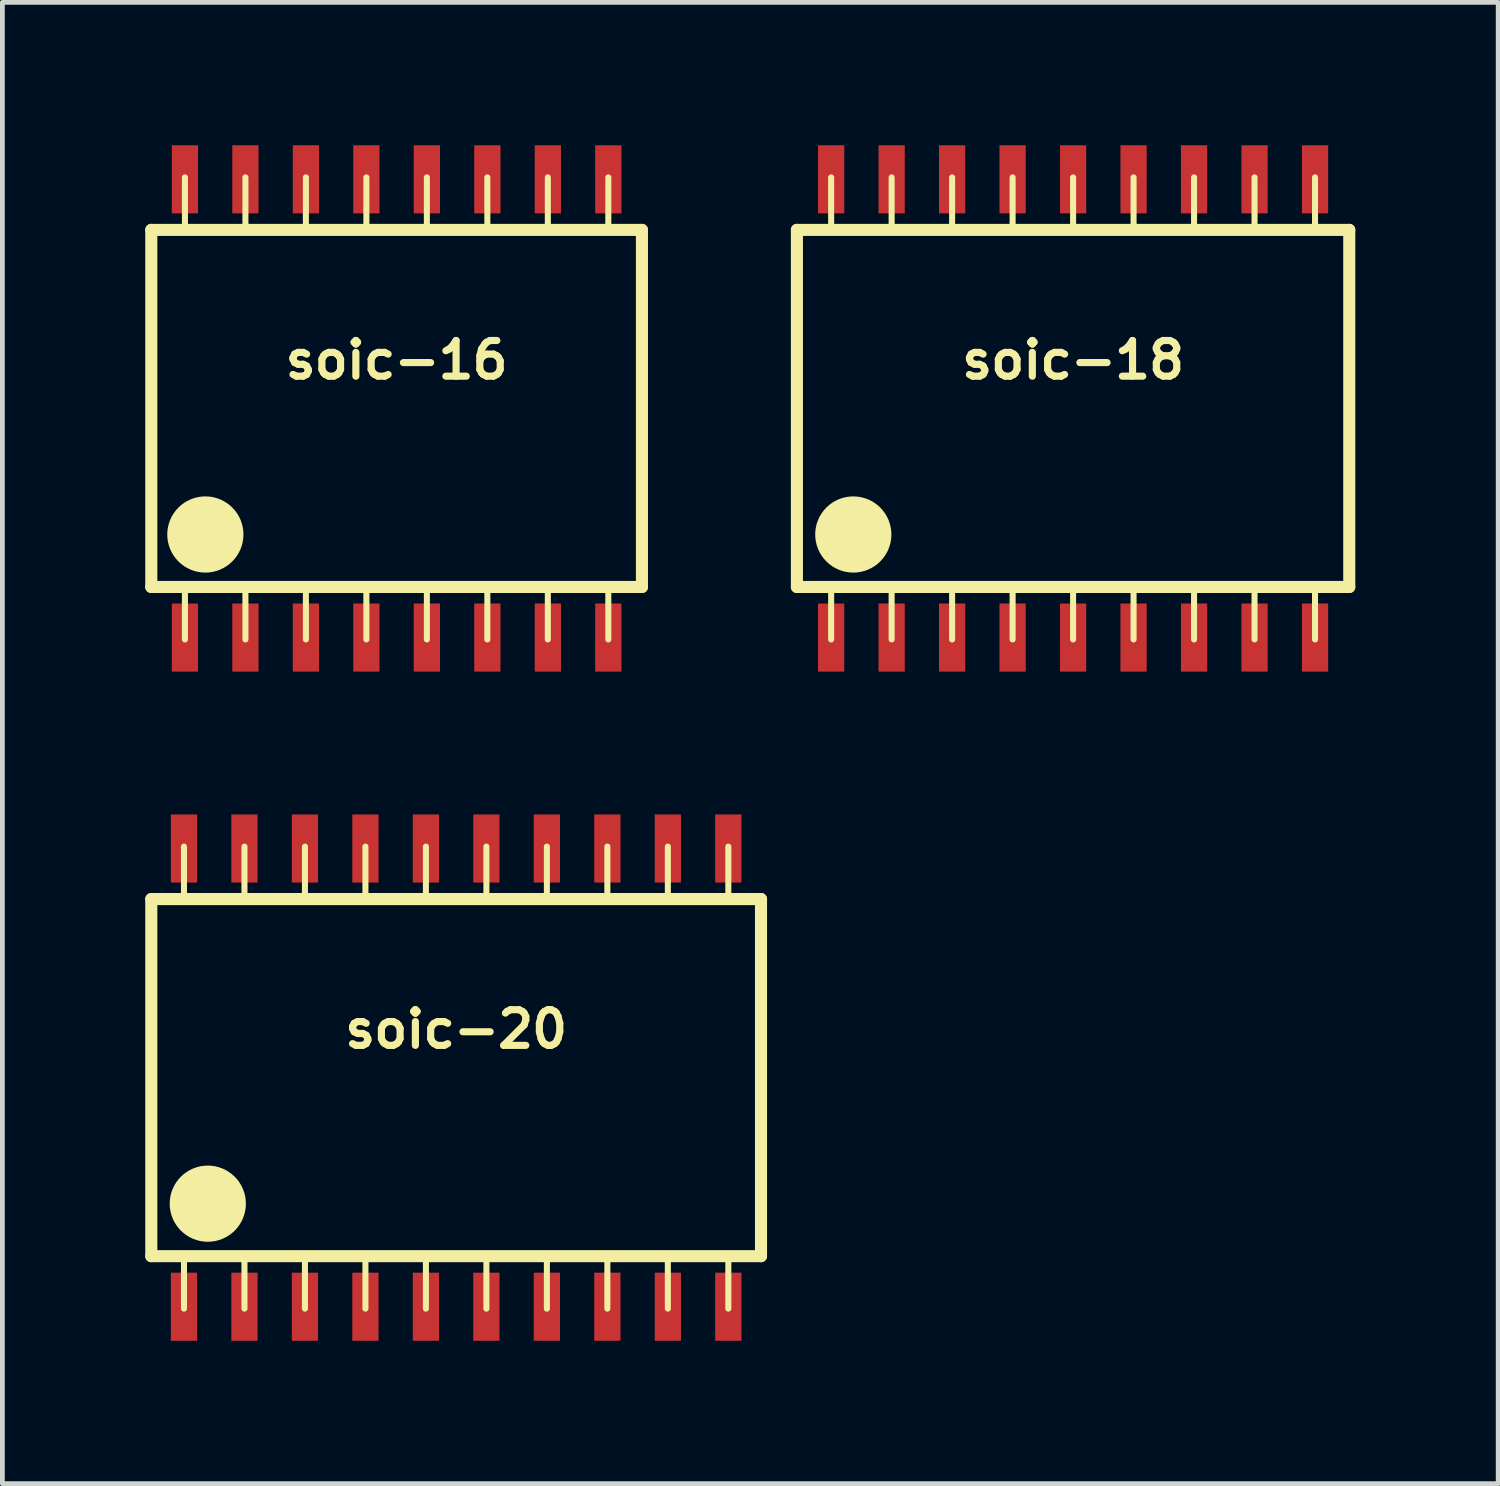
<source format=kicad_pcb>
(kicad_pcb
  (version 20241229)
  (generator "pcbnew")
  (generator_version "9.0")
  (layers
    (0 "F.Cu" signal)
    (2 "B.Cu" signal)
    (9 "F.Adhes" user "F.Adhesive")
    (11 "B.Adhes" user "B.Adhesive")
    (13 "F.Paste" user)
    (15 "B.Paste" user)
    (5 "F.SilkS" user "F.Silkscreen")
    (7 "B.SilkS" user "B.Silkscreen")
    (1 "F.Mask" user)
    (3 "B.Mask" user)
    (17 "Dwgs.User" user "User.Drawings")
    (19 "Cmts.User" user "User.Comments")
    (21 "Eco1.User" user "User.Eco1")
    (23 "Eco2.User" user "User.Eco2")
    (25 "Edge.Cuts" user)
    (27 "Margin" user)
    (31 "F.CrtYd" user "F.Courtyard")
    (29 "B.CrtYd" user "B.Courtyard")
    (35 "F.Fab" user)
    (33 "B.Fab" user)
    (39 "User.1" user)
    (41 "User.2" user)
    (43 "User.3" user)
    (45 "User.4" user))
  (footprint "soic-20"
    (layer "F.Cu")
    (at 6.528 19.577)
    (property "Reference" "soic-20" (at 0 -1.016 0) (layer "F.SilkS") (effects (font (size 0.749 0.749) (thickness 0.15))))
    (attr through_hole)
    (fp_line (start -6.401 -3.749) (end -6.401 3.749) (stroke (width 0.254) (type solid)) (layer "F.SilkS"))
    (fp_line (start -6.401 3.749) (end 6.401 3.749) (stroke (width 0.254) (type solid)) (layer "F.SilkS"))
    (fp_line (start -5.715 -3.759) (end -5.715 -4.851) (stroke (width 0.127) (type solid)) (layer "F.SilkS"))
    (fp_line (start -5.715 4.851) (end -5.715 3.759) (stroke (width 0.127) (type solid)) (layer "F.SilkS"))
    (fp_line (start -4.445 -3.759) (end -4.445 -4.851) (stroke (width 0.127) (type solid)) (layer "F.SilkS"))
    (fp_line (start -4.445 3.759) (end -4.445 4.851) (stroke (width 0.127) (type solid)) (layer "F.SilkS"))
    (fp_line (start -3.175 -3.759) (end -3.175 -4.851) (stroke (width 0.127) (type solid)) (layer "F.SilkS"))
    (fp_line (start -3.175 4.851) (end -3.175 3.759) (stroke (width 0.127) (type solid)) (layer "F.SilkS"))
    (fp_line (start -1.905 -4.851) (end -1.905 -3.759) (stroke (width 0.127) (type solid)) (layer "F.SilkS"))
    (fp_line (start -1.905 4.851) (end -1.905 3.759) (stroke (width 0.127) (type solid)) (layer "F.SilkS"))
    (fp_line (start -0.635 -4.851) (end -0.635 -3.759) (stroke (width 0.127) (type solid)) (layer "F.SilkS"))
    (fp_line (start -0.635 4.851) (end -0.635 3.759) (stroke (width 0.127) (type solid)) (layer "F.SilkS"))
    (fp_line (start 0.635 -4.851) (end 0.635 -3.759) (stroke (width 0.127) (type solid)) (layer "F.SilkS"))
    (fp_line (start 0.635 4.851) (end 0.635 3.759) (stroke (width 0.127) (type solid)) (layer "F.SilkS"))
    (fp_line (start 1.905 -3.759) (end 1.905 -4.851) (stroke (width 0.127) (type solid)) (layer "F.SilkS"))
    (fp_line (start 1.905 3.759) (end 1.905 4.851) (stroke (width 0.127) (type solid)) (layer "F.SilkS"))
    (fp_line (start 3.175 -3.759) (end 3.175 -4.851) (stroke (width 0.127) (type solid)) (layer "F.SilkS"))
    (fp_line (start 3.175 3.759) (end 3.175 4.851) (stroke (width 0.127) (type solid)) (layer "F.SilkS"))
    (fp_line (start 4.445 -3.759) (end 4.445 -4.851) (stroke (width 0.127) (type solid)) (layer "F.SilkS"))
    (fp_line (start 4.445 3.759) (end 4.445 4.851) (stroke (width 0.127) (type solid)) (layer "F.SilkS"))
    (fp_line (start 5.715 -4.851) (end 5.715 -3.759) (stroke (width 0.127) (type solid)) (layer "F.SilkS"))
    (fp_line (start 5.715 3.759) (end 5.715 4.851) (stroke (width 0.127) (type solid)) (layer "F.SilkS"))
    (fp_line (start 6.401 -3.749) (end -6.401 -3.749) (stroke (width 0.254) (type solid)) (layer "F.SilkS"))
    (fp_line (start 6.401 3.749) (end 6.401 -3.749) (stroke (width 0.254) (type solid)) (layer "F.SilkS"))
    (fp_circle (center -5.215 2.647) (end -4.815 2.647) (stroke (width 0.8) (type solid)) (fill no) (layer "F.SilkS"))
    (pad "1" smd rect (at -5.715 4.811) (size 0.551 1.43) (layers "F.Cu" "F.Mask" "F.Paste"))
    (pad "2" smd rect (at -4.445 4.811) (size 0.551 1.43) (layers "F.Cu" "F.Mask" "F.Paste"))
    (pad "3" smd rect (at -3.175 4.811) (size 0.551 1.43) (layers "F.Cu" "F.Mask" "F.Paste"))
    (pad "4" smd rect (at -1.905 4.811) (size 0.551 1.43) (layers "F.Cu" "F.Mask" "F.Paste"))
    (pad "5" smd rect (at -0.635 4.811) (size 0.551 1.43) (layers "F.Cu" "F.Mask" "F.Paste"))
    (pad "6" smd rect (at 0.635 4.811) (size 0.551 1.43) (layers "F.Cu" "F.Mask" "F.Paste"))
    (pad "7" smd rect (at 1.905 4.811) (size 0.551 1.43) (layers "F.Cu" "F.Mask" "F.Paste"))
    (pad "8" smd rect (at 3.175 4.811) (size 0.551 1.43) (layers "F.Cu" "F.Mask" "F.Paste"))
    (pad "9" smd rect (at 4.445 4.811) (size 0.551 1.43) (layers "F.Cu" "F.Mask" "F.Paste"))
    (pad "10" smd rect (at 5.715 4.811) (size 0.551 1.43) (layers "F.Cu" "F.Mask" "F.Paste"))
    (pad "11" smd rect (at 5.715 -4.811) (size 0.551 1.43) (layers "F.Cu" "F.Mask" "F.Paste"))
    (pad "12" smd rect (at 4.445 -4.811) (size 0.551 1.43) (layers "F.Cu" "F.Mask" "F.Paste"))
    (pad "13" smd rect (at 3.175 -4.811) (size 0.551 1.43) (layers "F.Cu" "F.Mask" "F.Paste"))
    (pad "14" smd rect (at 1.905 -4.811) (size 0.551 1.43) (layers "F.Cu" "F.Mask" "F.Paste"))
    (pad "15" smd rect (at 0.635 -4.811) (size 0.551 1.43) (layers "F.Cu" "F.Mask" "F.Paste"))
    (pad "16" smd rect (at -0.635 -4.811) (size 0.551 1.43) (layers "F.Cu" "F.Mask" "F.Paste"))
    (pad "17" smd rect (at -1.905 -4.811) (size 0.551 1.43) (layers "F.Cu" "F.Mask" "F.Paste"))
    (pad "18" smd rect (at -3.175 -4.811) (size 0.551 1.43) (layers "F.Cu" "F.Mask" "F.Paste"))
    (pad "19" smd rect (at -4.445 -4.811) (size 0.551 1.43) (layers "F.Cu" "F.Mask" "F.Paste"))
    (pad "20" smd rect (at -5.715 -4.811) (size 0.551 1.43) (layers "F.Cu" "F.Mask" "F.Paste")))
  (footprint "soic-16"
    (layer "F.Cu")
    (at 5.278 5.526)
    (property "Reference" "soic-16" (at 0 -1.016 0) (layer "F.SilkS") (effects (font (size 0.749 0.749) (thickness 0.15))))
    (attr through_hole)
    (fp_line (start -5.151 -3.749) (end -5.151 3.749) (stroke (width 0.254) (type solid)) (layer "F.SilkS"))
    (fp_line (start -5.151 3.749) (end 5.151 3.749) (stroke (width 0.254) (type solid)) (layer "F.SilkS"))
    (fp_line (start -4.445 -3.759) (end -4.445 -4.851) (stroke (width 0.127) (type solid)) (layer "F.SilkS"))
    (fp_line (start -4.445 3.759) (end -4.445 4.851) (stroke (width 0.127) (type solid)) (layer "F.SilkS"))
    (fp_line (start -3.175 -3.759) (end -3.175 -4.851) (stroke (width 0.127) (type solid)) (layer "F.SilkS"))
    (fp_line (start -3.175 4.851) (end -3.175 3.759) (stroke (width 0.127) (type solid)) (layer "F.SilkS"))
    (fp_line (start -1.905 -4.851) (end -1.905 -3.759) (stroke (width 0.127) (type solid)) (layer "F.SilkS"))
    (fp_line (start -1.905 4.851) (end -1.905 3.759) (stroke (width 0.127) (type solid)) (layer "F.SilkS"))
    (fp_line (start -0.635 -4.851) (end -0.635 -3.759) (stroke (width 0.127) (type solid)) (layer "F.SilkS"))
    (fp_line (start -0.635 4.851) (end -0.635 3.759) (stroke (width 0.127) (type solid)) (layer "F.SilkS"))
    (fp_line (start 0.635 -4.851) (end 0.635 -3.759) (stroke (width 0.127) (type solid)) (layer "F.SilkS"))
    (fp_line (start 0.635 4.851) (end 0.635 3.759) (stroke (width 0.127) (type solid)) (layer "F.SilkS"))
    (fp_line (start 1.905 -3.759) (end 1.905 -4.851) (stroke (width 0.127) (type solid)) (layer "F.SilkS"))
    (fp_line (start 1.905 3.759) (end 1.905 4.851) (stroke (width 0.127) (type solid)) (layer "F.SilkS"))
    (fp_line (start 3.175 -3.759) (end 3.175 -4.851) (stroke (width 0.127) (type solid)) (layer "F.SilkS"))
    (fp_line (start 3.175 3.759) (end 3.175 4.851) (stroke (width 0.127) (type solid)) (layer "F.SilkS"))
    (fp_line (start 4.445 -3.759) (end 4.445 -4.851) (stroke (width 0.127) (type solid)) (layer "F.SilkS"))
    (fp_line (start 4.445 3.759) (end 4.445 4.851) (stroke (width 0.127) (type solid)) (layer "F.SilkS"))
    (fp_line (start 5.151 -3.749) (end -5.151 -3.749) (stroke (width 0.254) (type solid)) (layer "F.SilkS"))
    (fp_line (start 5.151 3.749) (end 5.151 -3.749) (stroke (width 0.254) (type solid)) (layer "F.SilkS"))
    (fp_circle (center -4.016 2.647) (end -3.616 2.647) (stroke (width 0.8) (type solid)) (fill no) (layer "F.SilkS"))
    (pad "1" smd rect (at -4.445 4.811) (size 0.551 1.43) (layers "F.Cu" "F.Mask" "F.Paste"))
    (pad "2" smd rect (at -3.175 4.811) (size 0.551 1.43) (layers "F.Cu" "F.Mask" "F.Paste"))
    (pad "3" smd rect (at -1.905 4.811) (size 0.551 1.43) (layers "F.Cu" "F.Mask" "F.Paste"))
    (pad "4" smd rect (at -0.635 4.811) (size 0.551 1.43) (layers "F.Cu" "F.Mask" "F.Paste"))
    (pad "5" smd rect (at 0.635 4.811) (size 0.551 1.43) (layers "F.Cu" "F.Mask" "F.Paste"))
    (pad "6" smd rect (at 1.905 4.811) (size 0.551 1.43) (layers "F.Cu" "F.Mask" "F.Paste"))
    (pad "7" smd rect (at 3.175 4.811) (size 0.551 1.43) (layers "F.Cu" "F.Mask" "F.Paste"))
    (pad "8" smd rect (at 4.445 4.811) (size 0.551 1.43) (layers "F.Cu" "F.Mask" "F.Paste"))
    (pad "9" smd rect (at 4.445 -4.811) (size 0.551 1.43) (layers "F.Cu" "F.Mask" "F.Paste"))
    (pad "10" smd rect (at 3.175 -4.811) (size 0.551 1.43) (layers "F.Cu" "F.Mask" "F.Paste"))
    (pad "11" smd rect (at 1.905 -4.811) (size 0.551 1.43) (layers "F.Cu" "F.Mask" "F.Paste"))
    (pad "12" smd rect (at 0.635 -4.811) (size 0.551 1.43) (layers "F.Cu" "F.Mask" "F.Paste"))
    (pad "13" smd rect (at -0.635 -4.811) (size 0.551 1.43) (layers "F.Cu" "F.Mask" "F.Paste"))
    (pad "14" smd rect (at -1.905 -4.811) (size 0.551 1.43) (layers "F.Cu" "F.Mask" "F.Paste"))
    (pad "15" smd rect (at -3.175 -4.811) (size 0.551 1.43) (layers "F.Cu" "F.Mask" "F.Paste"))
    (pad "16" smd rect (at -4.445 -4.811) (size 0.551 1.43) (layers "F.Cu" "F.Mask" "F.Paste")))
  (footprint "soic-18"
    (layer "F.Cu")
    (at 19.482 5.526)
    (property "Reference" "soic-18" (at 0 -1.016 0) (layer "F.SilkS") (effects (font (size 0.749 0.749) (thickness 0.15))))
    (attr through_hole)
    (fp_line (start -5.799 -3.749) (end -5.799 3.749) (stroke (width 0.254) (type solid)) (layer "F.SilkS"))
    (fp_line (start -5.799 3.749) (end 5.799 3.749) (stroke (width 0.254) (type solid)) (layer "F.SilkS"))
    (fp_line (start -5.08 -3.759) (end -5.08 -4.851) (stroke (width 0.127) (type solid)) (layer "F.SilkS"))
    (fp_line (start -5.08 4.851) (end -5.08 3.759) (stroke (width 0.127) (type solid)) (layer "F.SilkS"))
    (fp_line (start -3.81 -3.759) (end -3.81 -4.851) (stroke (width 0.127) (type solid)) (layer "F.SilkS"))
    (fp_line (start -3.81 3.759) (end -3.81 4.851) (stroke (width 0.127) (type solid)) (layer "F.SilkS"))
    (fp_line (start -2.54 -3.759) (end -2.54 -4.851) (stroke (width 0.127) (type solid)) (layer "F.SilkS"))
    (fp_line (start -2.54 4.851) (end -2.54 3.759) (stroke (width 0.127) (type solid)) (layer "F.SilkS"))
    (fp_line (start -1.27 -4.851) (end -1.27 -3.759) (stroke (width 0.127) (type solid)) (layer "F.SilkS"))
    (fp_line (start -1.27 4.851) (end -1.27 3.759) (stroke (width 0.127) (type solid)) (layer "F.SilkS"))
    (fp_line (start 0 -4.851) (end 0 -3.759) (stroke (width 0.127) (type solid)) (layer "F.SilkS"))
    (fp_line (start 0 4.851) (end 0 3.759) (stroke (width 0.127) (type solid)) (layer "F.SilkS"))
    (fp_line (start 1.27 -4.851) (end 1.27 -3.759) (stroke (width 0.127) (type solid)) (layer "F.SilkS"))
    (fp_line (start 1.27 4.851) (end 1.27 3.759) (stroke (width 0.127) (type solid)) (layer "F.SilkS"))
    (fp_line (start 2.54 -3.759) (end 2.54 -4.851) (stroke (width 0.127) (type solid)) (layer "F.SilkS"))
    (fp_line (start 2.54 3.759) (end 2.54 4.851) (stroke (width 0.127) (type solid)) (layer "F.SilkS"))
    (fp_line (start 3.81 -3.759) (end 3.81 -4.851) (stroke (width 0.127) (type solid)) (layer "F.SilkS"))
    (fp_line (start 3.81 3.759) (end 3.81 4.851) (stroke (width 0.127) (type solid)) (layer "F.SilkS"))
    (fp_line (start 5.08 -3.759) (end 5.08 -4.851) (stroke (width 0.127) (type solid)) (layer "F.SilkS"))
    (fp_line (start 5.08 3.759) (end 5.08 4.851) (stroke (width 0.127) (type solid)) (layer "F.SilkS"))
    (fp_line (start 5.799 -3.749) (end -5.799 -3.749) (stroke (width 0.254) (type solid)) (layer "F.SilkS"))
    (fp_line (start 5.799 3.749) (end 5.799 -3.749) (stroke (width 0.254) (type solid)) (layer "F.SilkS"))
    (fp_circle (center -4.615 2.647) (end -4.215 2.647) (stroke (width 0.8) (type solid)) (fill no) (layer "F.SilkS"))
    (pad "1" smd rect (at -5.08 4.811) (size 0.551 1.43) (layers "F.Cu" "F.Mask" "F.Paste"))
    (pad "2" smd rect (at -3.81 4.811) (size 0.551 1.43) (layers "F.Cu" "F.Mask" "F.Paste"))
    (pad "3" smd rect (at -2.54 4.811) (size 0.551 1.43) (layers "F.Cu" "F.Mask" "F.Paste"))
    (pad "4" smd rect (at -1.27 4.811) (size 0.551 1.43) (layers "F.Cu" "F.Mask" "F.Paste"))
    (pad "5" smd rect (at 0 4.811) (size 0.551 1.43) (layers "F.Cu" "F.Mask" "F.Paste"))
    (pad "6" smd rect (at 1.27 4.811) (size 0.551 1.43) (layers "F.Cu" "F.Mask" "F.Paste"))
    (pad "7" smd rect (at 2.54 4.811) (size 0.551 1.43) (layers "F.Cu" "F.Mask" "F.Paste"))
    (pad "8" smd rect (at 3.81 4.811) (size 0.551 1.43) (layers "F.Cu" "F.Mask" "F.Paste"))
    (pad "9" smd rect (at 5.08 4.811) (size 0.551 1.43) (layers "F.Cu" "F.Mask" "F.Paste"))
    (pad "10" smd rect (at 5.08 -4.811) (size 0.551 1.43) (layers "F.Cu" "F.Mask" "F.Paste"))
    (pad "11" smd rect (at 3.81 -4.811) (size 0.551 1.43) (layers "F.Cu" "F.Mask" "F.Paste"))
    (pad "12" smd rect (at 2.54 -4.811) (size 0.551 1.43) (layers "F.Cu" "F.Mask" "F.Paste"))
    (pad "13" smd rect (at 1.27 -4.811) (size 0.551 1.43) (layers "F.Cu" "F.Mask" "F.Paste"))
    (pad "14" smd rect (at 0 -4.811) (size 0.551 1.43) (layers "F.Cu" "F.Mask" "F.Paste"))
    (pad "15" smd rect (at -1.27 -4.811) (size 0.551 1.43) (layers "F.Cu" "F.Mask" "F.Paste"))
    (pad "16" smd rect (at -2.54 -4.811) (size 0.551 1.43) (layers "F.Cu" "F.Mask" "F.Paste"))
    (pad "17" smd rect (at -3.81 -4.811) (size 0.551 1.43) (layers "F.Cu" "F.Mask" "F.Paste"))
    (pad "18" smd rect (at -5.08 -4.811) (size 0.551 1.43) (layers "F.Cu" "F.Mask" "F.Paste")))
  (gr_rect
    (start -3 -3)
    (end 28.408 28.103)
    (stroke (width 0.1) (type default))
    (fill no)
    (layer "Edge.Cuts")))
</source>
